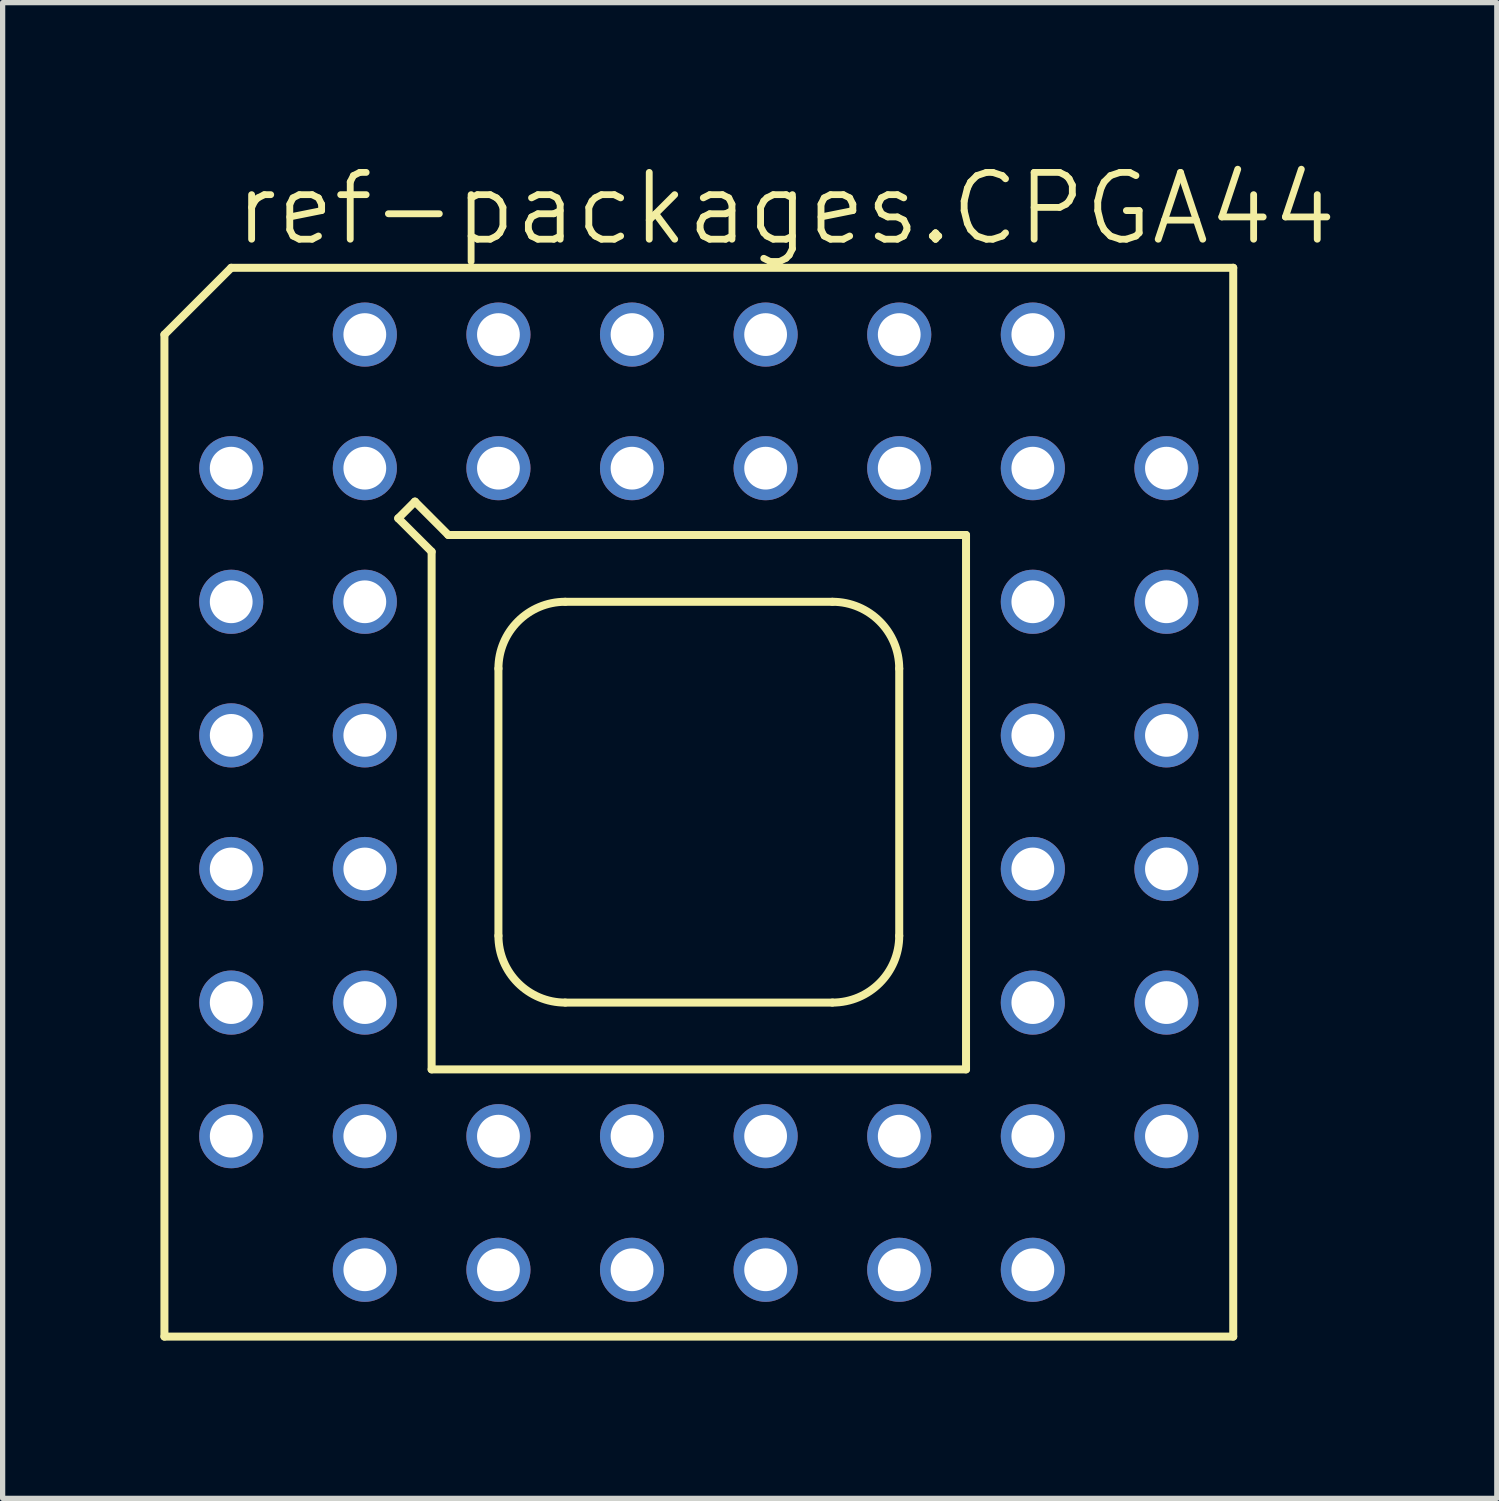
<source format=kicad_pcb>
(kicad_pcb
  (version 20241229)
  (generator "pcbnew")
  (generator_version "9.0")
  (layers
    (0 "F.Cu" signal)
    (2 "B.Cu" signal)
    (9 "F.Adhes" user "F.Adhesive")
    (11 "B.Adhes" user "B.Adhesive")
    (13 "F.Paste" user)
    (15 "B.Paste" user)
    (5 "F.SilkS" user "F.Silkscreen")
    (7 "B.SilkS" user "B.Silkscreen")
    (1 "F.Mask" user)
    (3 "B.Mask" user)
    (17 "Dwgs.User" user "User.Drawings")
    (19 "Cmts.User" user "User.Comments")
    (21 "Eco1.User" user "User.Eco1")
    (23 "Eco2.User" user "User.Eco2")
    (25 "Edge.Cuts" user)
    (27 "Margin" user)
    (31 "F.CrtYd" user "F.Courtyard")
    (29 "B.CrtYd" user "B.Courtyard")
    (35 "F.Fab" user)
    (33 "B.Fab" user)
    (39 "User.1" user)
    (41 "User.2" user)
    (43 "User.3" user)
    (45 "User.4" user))
  (footprint "ref-packages.CPGA44"
    (layer "F.Cu")
    (at 10.236 12.201)
    (property "Reference" "ref-packages.CPGA44" (at -8.89 -10.541 0) (layer "F.SilkS") (effects (font (size 1.27 1.27) (thickness 0.13)) (justify left bottom)))
    (attr through_hole)
    (fp_line (start -10.16 -8.89) (end -8.89 -10.16) (stroke (width 0.152) (type default)) (layer "F.SilkS"))
    (fp_line (start -10.16 10.16) (end -10.16 -8.89) (stroke (width 0.152) (type default)) (layer "F.SilkS"))
    (fp_line (start -10.16 10.16) (end 10.16 10.16) (stroke (width 0.152) (type default)) (layer "F.SilkS"))
    (fp_line (start -8.89 -10.16) (end 10.16 -10.16) (stroke (width 0.152) (type default)) (layer "F.SilkS"))
    (fp_line (start -5.715 -5.397) (end -5.397 -5.715) (stroke (width 0.152) (type default)) (layer "F.SilkS"))
    (fp_line (start -5.397 -5.715) (end -4.763 -5.08) (stroke (width 0.152) (type default)) (layer "F.SilkS"))
    (fp_line (start -5.08 -4.763) (end -5.715 -5.397) (stroke (width 0.152) (type default)) (layer "F.SilkS"))
    (fp_line (start -5.08 5.08) (end -5.08 -4.763) (stroke (width 0.152) (type default)) (layer "F.SilkS"))
    (fp_line (start -4.763 -5.08) (end 5.08 -5.08) (stroke (width 0.152) (type default)) (layer "F.SilkS"))
    (fp_line (start -3.81 2.54) (end -3.81 -2.54) (stroke (width 0.152) (type default)) (layer "F.SilkS"))
    (fp_line (start -2.54 -3.81) (end 2.54 -3.81) (stroke (width 0.152) (type default)) (layer "F.SilkS"))
    (fp_line (start 2.54 3.81) (end -2.54 3.81) (stroke (width 0.152) (type default)) (layer "F.SilkS"))
    (fp_line (start 3.81 -2.54) (end 3.81 2.54) (stroke (width 0.152) (type default)) (layer "F.SilkS"))
    (fp_line (start 5.08 -5.08) (end 5.08 5.08) (stroke (width 0.152) (type default)) (layer "F.SilkS"))
    (fp_line (start 5.08 5.08) (end -5.08 5.08) (stroke (width 0.152) (type default)) (layer "F.SilkS"))
    (fp_line (start 10.16 -10.16) (end 10.16 10.16) (stroke (width 0.152) (type default)) (layer "F.SilkS"))
    (fp_arc (start -3.81 -2.54) (mid -3.438026 -3.438026) (end -2.54 -3.81) (stroke (width 0.1524) (type default)) (layer "F.SilkS"))
    (fp_arc (start -2.54 3.81) (mid -3.438026 3.438026) (end -3.81 2.54) (stroke (width 0.1524) (type default)) (layer "F.SilkS"))
    (fp_arc (start 2.54 -3.81) (mid 3.438026 -3.438026) (end 3.81 -2.54) (stroke (width 0.1524) (type default)) (layer "F.SilkS"))
    (fp_arc (start 3.81 2.54) (mid 3.438026 3.438026) (end 2.54 3.81) (stroke (width 0.1524) (type default)) (layer "F.SilkS"))
    (pad "A2" thru_hole circle (at -6.35 -8.89) (size 1.219 1.219) (drill 0.813) (layers "*.Cu" "*.Mask"))
    (pad "A3" thru_hole circle (at -3.81 -8.89) (size 1.219 1.219) (drill 0.813) (layers "*.Cu" "*.Mask"))
    (pad "A4" thru_hole circle (at -1.27 -8.89) (size 1.219 1.219) (drill 0.813) (layers "*.Cu" "*.Mask"))
    (pad "A5" thru_hole circle (at 1.27 -8.89) (size 1.219 1.219) (drill 0.813) (layers "*.Cu" "*.Mask"))
    (pad "A6" thru_hole circle (at 3.81 -8.89) (size 1.219 1.219) (drill 0.813) (layers "*.Cu" "*.Mask"))
    (pad "A7" thru_hole circle (at 6.35 -8.89) (size 1.219 1.219) (drill 0.813) (layers "*.Cu" "*.Mask"))
    (pad "B1" thru_hole circle (at -8.89 -6.35) (size 1.219 1.219) (drill 0.813) (layers "*.Cu" "*.Mask"))
    (pad "B2" thru_hole circle (at -6.35 -6.35) (size 1.219 1.219) (drill 0.813) (layers "*.Cu" "*.Mask"))
    (pad "B3" thru_hole circle (at -3.81 -6.35) (size 1.219 1.219) (drill 0.813) (layers "*.Cu" "*.Mask"))
    (pad "B4" thru_hole circle (at -1.27 -6.35) (size 1.219 1.219) (drill 0.813) (layers "*.Cu" "*.Mask"))
    (pad "B5" thru_hole circle (at 1.27 -6.35) (size 1.219 1.219) (drill 0.813) (layers "*.Cu" "*.Mask"))
    (pad "B6" thru_hole circle (at 3.81 -6.35) (size 1.219 1.219) (drill 0.813) (layers "*.Cu" "*.Mask"))
    (pad "B7" thru_hole circle (at 6.35 -6.35) (size 1.219 1.219) (drill 0.813) (layers "*.Cu" "*.Mask"))
    (pad "B8" thru_hole circle (at 8.89 -6.35) (size 1.219 1.219) (drill 0.813) (layers "*.Cu" "*.Mask"))
    (pad "C1" thru_hole circle (at -8.89 -3.81) (size 1.219 1.219) (drill 0.813) (layers "*.Cu" "*.Mask"))
    (pad "C2" thru_hole circle (at -6.35 -3.81) (size 1.219 1.219) (drill 0.813) (layers "*.Cu" "*.Mask"))
    (pad "C7" thru_hole circle (at 6.35 -3.81) (size 1.219 1.219) (drill 0.813) (layers "*.Cu" "*.Mask"))
    (pad "C8" thru_hole circle (at 8.89 -3.81) (size 1.219 1.219) (drill 0.813) (layers "*.Cu" "*.Mask"))
    (pad "D1" thru_hole circle (at -8.89 -1.27) (size 1.219 1.219) (drill 0.813) (layers "*.Cu" "*.Mask"))
    (pad "D2" thru_hole circle (at -6.35 -1.27) (size 1.219 1.219) (drill 0.813) (layers "*.Cu" "*.Mask"))
    (pad "D7" thru_hole circle (at 6.35 -1.27) (size 1.219 1.219) (drill 0.813) (layers "*.Cu" "*.Mask"))
    (pad "D8" thru_hole circle (at 8.89 -1.27) (size 1.219 1.219) (drill 0.813) (layers "*.Cu" "*.Mask"))
    (pad "E1" thru_hole circle (at -8.89 1.27) (size 1.219 1.219) (drill 0.813) (layers "*.Cu" "*.Mask"))
    (pad "E2" thru_hole circle (at -6.35 1.27) (size 1.219 1.219) (drill 0.813) (layers "*.Cu" "*.Mask"))
    (pad "E7" thru_hole circle (at 6.35 1.27) (size 1.219 1.219) (drill 0.813) (layers "*.Cu" "*.Mask"))
    (pad "E8" thru_hole circle (at 8.89 1.27) (size 1.219 1.219) (drill 0.813) (layers "*.Cu" "*.Mask"))
    (pad "F1" thru_hole circle (at -8.89 3.81) (size 1.219 1.219) (drill 0.813) (layers "*.Cu" "*.Mask"))
    (pad "F2" thru_hole circle (at -6.35 3.81) (size 1.219 1.219) (drill 0.813) (layers "*.Cu" "*.Mask"))
    (pad "F7" thru_hole circle (at 6.35 3.81) (size 1.219 1.219) (drill 0.813) (layers "*.Cu" "*.Mask"))
    (pad "F8" thru_hole circle (at 8.89 3.81) (size 1.219 1.219) (drill 0.813) (layers "*.Cu" "*.Mask"))
    (pad "G1" thru_hole circle (at -8.89 6.35) (size 1.219 1.219) (drill 0.813) (layers "*.Cu" "*.Mask"))
    (pad "G2" thru_hole circle (at -6.35 6.35) (size 1.219 1.219) (drill 0.813) (layers "*.Cu" "*.Mask"))
    (pad "G3" thru_hole circle (at -3.81 6.35) (size 1.219 1.219) (drill 0.813) (layers "*.Cu" "*.Mask"))
    (pad "G4" thru_hole circle (at -1.27 6.35) (size 1.219 1.219) (drill 0.813) (layers "*.Cu" "*.Mask"))
    (pad "G5" thru_hole circle (at 1.27 6.35) (size 1.219 1.219) (drill 0.813) (layers "*.Cu" "*.Mask"))
    (pad "G6" thru_hole circle (at 3.81 6.35) (size 1.219 1.219) (drill 0.813) (layers "*.Cu" "*.Mask"))
    (pad "G7" thru_hole circle (at 6.35 6.35) (size 1.219 1.219) (drill 0.813) (layers "*.Cu" "*.Mask"))
    (pad "G8" thru_hole circle (at 8.89 6.35) (size 1.219 1.219) (drill 0.813) (layers "*.Cu" "*.Mask"))
    (pad "H2" thru_hole circle (at -6.35 8.89) (size 1.219 1.219) (drill 0.813) (layers "*.Cu" "*.Mask"))
    (pad "H3" thru_hole circle (at -3.81 8.89) (size 1.219 1.219) (drill 0.813) (layers "*.Cu" "*.Mask"))
    (pad "H4" thru_hole circle (at -1.27 8.89) (size 1.219 1.219) (drill 0.813) (layers "*.Cu" "*.Mask"))
    (pad "H5" thru_hole circle (at 1.27 8.89) (size 1.219 1.219) (drill 0.813) (layers "*.Cu" "*.Mask"))
    (pad "H6" thru_hole circle (at 3.81 8.89) (size 1.219 1.219) (drill 0.813) (layers "*.Cu" "*.Mask"))
    (pad "H7" thru_hole circle (at 6.35 8.89) (size 1.219 1.219) (drill 0.813) (layers "*.Cu" "*.Mask")))
  (gr_rect
    (start -3 -3)
    (end 25.407 25.437)
    (stroke (width 0.1) (type default))
    (fill no)
    (layer "Edge.Cuts")))
</source>
